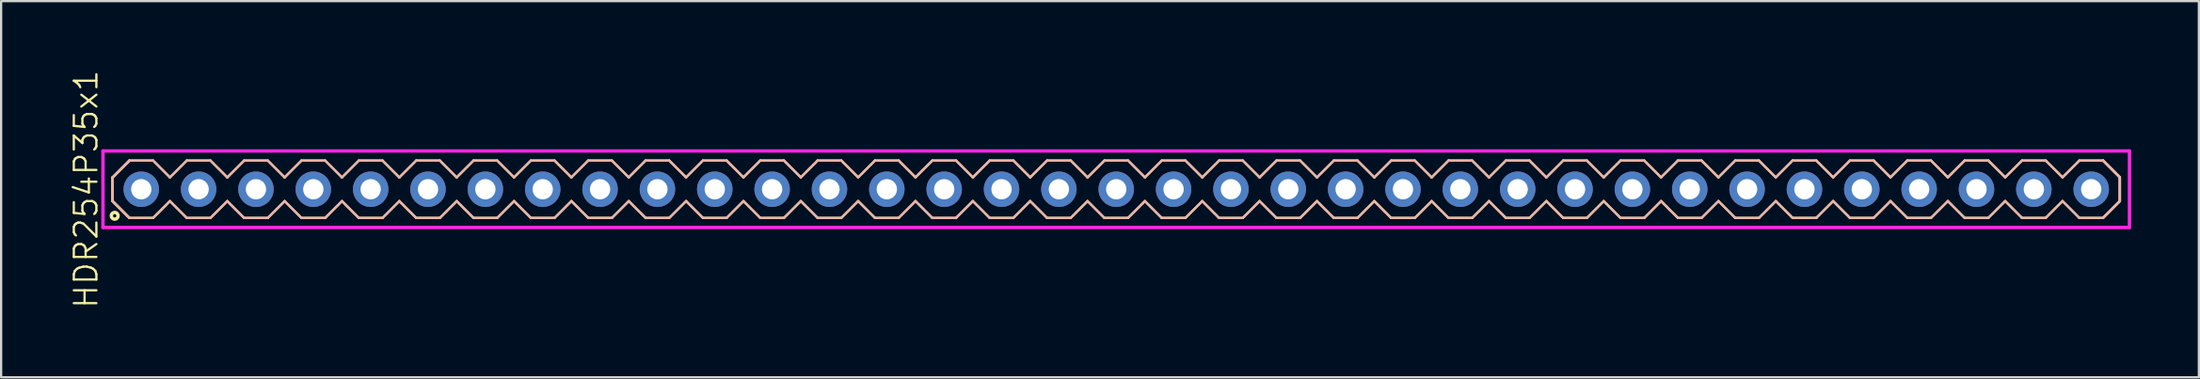
<source format=kicad_pcb>
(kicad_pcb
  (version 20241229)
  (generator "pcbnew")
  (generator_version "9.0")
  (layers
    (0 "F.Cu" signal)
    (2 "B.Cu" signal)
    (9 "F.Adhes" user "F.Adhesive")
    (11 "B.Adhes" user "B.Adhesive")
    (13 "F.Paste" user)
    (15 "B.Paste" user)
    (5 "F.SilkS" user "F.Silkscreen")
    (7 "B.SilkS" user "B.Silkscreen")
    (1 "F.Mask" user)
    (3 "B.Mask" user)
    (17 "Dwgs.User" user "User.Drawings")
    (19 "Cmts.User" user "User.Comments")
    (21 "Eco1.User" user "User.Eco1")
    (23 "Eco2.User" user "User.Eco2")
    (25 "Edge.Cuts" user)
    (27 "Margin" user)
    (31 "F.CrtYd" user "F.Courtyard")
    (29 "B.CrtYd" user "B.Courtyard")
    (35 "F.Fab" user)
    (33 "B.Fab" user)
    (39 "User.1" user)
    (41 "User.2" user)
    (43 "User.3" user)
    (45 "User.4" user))
  (footprint "HDR254P35x1"
    (layer "F.Cu")
    (at 46.386 5.336)
    (property "Reference" "HDR254P35x1" (at -45.625 0 90) (layer "F.SilkS") (effects (font (size 1 1) (thickness 0.1))))
    (attr through_hole)
    (fp_line (start -44.45 -0.526) (end -43.706 -1.27) (stroke (width 0.1) (type solid)) (layer "F.SilkS"))
    (fp_line (start -44.45 -0.526) (end -43.706 -1.27) (stroke (width 0.1) (type solid)) (layer "F.SilkS"))
    (fp_line (start -44.45 0.526) (end -44.45 -0.526) (stroke (width 0.1) (type solid)) (layer "F.SilkS"))
    (fp_line (start -44.45 0.526) (end -44.45 -0.526) (stroke (width 0.1) (type solid)) (layer "F.SilkS"))
    (fp_line (start -43.706 -1.27) (end -42.654 -1.27) (stroke (width 0.1) (type solid)) (layer "F.SilkS"))
    (fp_line (start -43.706 1.27) (end -44.45 0.526) (stroke (width 0.1) (type solid)) (layer "F.SilkS"))
    (fp_line (start -43.706 1.27) (end -44.45 0.526) (stroke (width 0.1) (type solid)) (layer "F.SilkS"))
    (fp_line (start -42.654 -1.27) (end -41.91 -0.526) (stroke (width 0.1) (type solid)) (layer "F.SilkS"))
    (fp_line (start -42.654 1.27) (end -43.706 1.27) (stroke (width 0.1) (type solid)) (layer "F.SilkS"))
    (fp_line (start -41.91 -0.526) (end -41.166 -1.27) (stroke (width 0.1) (type solid)) (layer "F.SilkS"))
    (fp_line (start -41.91 0.526) (end -42.654 1.27) (stroke (width 0.1) (type solid)) (layer "F.SilkS"))
    (fp_line (start -41.166 -1.27) (end -40.114 -1.27) (stroke (width 0.1) (type solid)) (layer "F.SilkS"))
    (fp_line (start -41.166 1.27) (end -41.91 0.526) (stroke (width 0.1) (type solid)) (layer "F.SilkS"))
    (fp_line (start -40.114 -1.27) (end -39.37 -0.526) (stroke (width 0.1) (type solid)) (layer "F.SilkS"))
    (fp_line (start -40.114 1.27) (end -41.166 1.27) (stroke (width 0.1) (type solid)) (layer "F.SilkS"))
    (fp_line (start -39.37 -0.526) (end -38.626 -1.27) (stroke (width 0.1) (type solid)) (layer "F.SilkS"))
    (fp_line (start -39.37 0.526) (end -40.114 1.27) (stroke (width 0.1) (type solid)) (layer "F.SilkS"))
    (fp_line (start -38.626 -1.27) (end -37.574 -1.27) (stroke (width 0.1) (type solid)) (layer "F.SilkS"))
    (fp_line (start -38.626 1.27) (end -39.37 0.526) (stroke (width 0.1) (type solid)) (layer "F.SilkS"))
    (fp_line (start -37.574 -1.27) (end -36.83 -0.526) (stroke (width 0.1) (type solid)) (layer "F.SilkS"))
    (fp_line (start -37.574 1.27) (end -38.626 1.27) (stroke (width 0.1) (type solid)) (layer "F.SilkS"))
    (fp_line (start -36.83 -0.526) (end -36.086 -1.27) (stroke (width 0.1) (type solid)) (layer "F.SilkS"))
    (fp_line (start -36.83 0.526) (end -37.574 1.27) (stroke (width 0.1) (type solid)) (layer "F.SilkS"))
    (fp_line (start -36.086 -1.27) (end -35.034 -1.27) (stroke (width 0.1) (type solid)) (layer "F.SilkS"))
    (fp_line (start -36.086 1.27) (end -36.83 0.526) (stroke (width 0.1) (type solid)) (layer "F.SilkS"))
    (fp_line (start -35.034 -1.27) (end -34.29 -0.526) (stroke (width 0.1) (type solid)) (layer "F.SilkS"))
    (fp_line (start -35.034 1.27) (end -36.086 1.27) (stroke (width 0.1) (type solid)) (layer "F.SilkS"))
    (fp_line (start -34.29 -0.526) (end -33.546 -1.27) (stroke (width 0.1) (type solid)) (layer "F.SilkS"))
    (fp_line (start -34.29 0.526) (end -35.034 1.27) (stroke (width 0.1) (type solid)) (layer "F.SilkS"))
    (fp_line (start -33.546 -1.27) (end -32.494 -1.27) (stroke (width 0.1) (type solid)) (layer "F.SilkS"))
    (fp_line (start -33.546 1.27) (end -34.29 0.526) (stroke (width 0.1) (type solid)) (layer "F.SilkS"))
    (fp_line (start -32.494 -1.27) (end -31.75 -0.526) (stroke (width 0.1) (type solid)) (layer "F.SilkS"))
    (fp_line (start -32.494 1.27) (end -33.546 1.27) (stroke (width 0.1) (type solid)) (layer "F.SilkS"))
    (fp_line (start -31.75 -0.526) (end -31.006 -1.27) (stroke (width 0.1) (type solid)) (layer "F.SilkS"))
    (fp_line (start -31.75 0.526) (end -32.494 1.27) (stroke (width 0.1) (type solid)) (layer "F.SilkS"))
    (fp_line (start -31.006 -1.27) (end -29.954 -1.27) (stroke (width 0.1) (type solid)) (layer "F.SilkS"))
    (fp_line (start -31.006 1.27) (end -31.75 0.526) (stroke (width 0.1) (type solid)) (layer "F.SilkS"))
    (fp_line (start -29.954 -1.27) (end -29.21 -0.526) (stroke (width 0.1) (type solid)) (layer "F.SilkS"))
    (fp_line (start -29.954 1.27) (end -31.006 1.27) (stroke (width 0.1) (type solid)) (layer "F.SilkS"))
    (fp_line (start -29.21 -0.526) (end -28.466 -1.27) (stroke (width 0.1) (type solid)) (layer "F.SilkS"))
    (fp_line (start -29.21 0.526) (end -29.954 1.27) (stroke (width 0.1) (type solid)) (layer "F.SilkS"))
    (fp_line (start -28.466 -1.27) (end -27.414 -1.27) (stroke (width 0.1) (type solid)) (layer "F.SilkS"))
    (fp_line (start -28.466 1.27) (end -29.21 0.526) (stroke (width 0.1) (type solid)) (layer "F.SilkS"))
    (fp_line (start -27.414 -1.27) (end -26.67 -0.526) (stroke (width 0.1) (type solid)) (layer "F.SilkS"))
    (fp_line (start -27.414 1.27) (end -28.466 1.27) (stroke (width 0.1) (type solid)) (layer "F.SilkS"))
    (fp_line (start -26.67 -0.526) (end -25.926 -1.27) (stroke (width 0.1) (type solid)) (layer "F.SilkS"))
    (fp_line (start -26.67 0.526) (end -27.414 1.27) (stroke (width 0.1) (type solid)) (layer "F.SilkS"))
    (fp_line (start -25.926 -1.27) (end -24.874 -1.27) (stroke (width 0.1) (type solid)) (layer "F.SilkS"))
    (fp_line (start -25.926 1.27) (end -26.67 0.526) (stroke (width 0.1) (type solid)) (layer "F.SilkS"))
    (fp_line (start -24.874 -1.27) (end -24.13 -0.526) (stroke (width 0.1) (type solid)) (layer "F.SilkS"))
    (fp_line (start -24.874 1.27) (end -25.926 1.27) (stroke (width 0.1) (type solid)) (layer "F.SilkS"))
    (fp_line (start -24.13 -0.526) (end -23.386 -1.27) (stroke (width 0.1) (type solid)) (layer "F.SilkS"))
    (fp_line (start -24.13 0.526) (end -24.874 1.27) (stroke (width 0.1) (type solid)) (layer "F.SilkS"))
    (fp_line (start -23.386 -1.27) (end -22.334 -1.27) (stroke (width 0.1) (type solid)) (layer "F.SilkS"))
    (fp_line (start -23.386 1.27) (end -24.13 0.526) (stroke (width 0.1) (type solid)) (layer "F.SilkS"))
    (fp_line (start -22.334 -1.27) (end -21.59 -0.526) (stroke (width 0.1) (type solid)) (layer "F.SilkS"))
    (fp_line (start -22.334 1.27) (end -23.386 1.27) (stroke (width 0.1) (type solid)) (layer "F.SilkS"))
    (fp_line (start -21.59 -0.526) (end -20.846 -1.27) (stroke (width 0.1) (type solid)) (layer "F.SilkS"))
    (fp_line (start -21.59 0.526) (end -22.334 1.27) (stroke (width 0.1) (type solid)) (layer "F.SilkS"))
    (fp_line (start -20.846 -1.27) (end -19.794 -1.27) (stroke (width 0.1) (type solid)) (layer "F.SilkS"))
    (fp_line (start -20.846 1.27) (end -21.59 0.526) (stroke (width 0.1) (type solid)) (layer "F.SilkS"))
    (fp_line (start -19.794 -1.27) (end -19.05 -0.526) (stroke (width 0.1) (type solid)) (layer "F.SilkS"))
    (fp_line (start -19.794 1.27) (end -20.846 1.27) (stroke (width 0.1) (type solid)) (layer "F.SilkS"))
    (fp_line (start -19.05 -0.526) (end -18.306 -1.27) (stroke (width 0.1) (type solid)) (layer "F.SilkS"))
    (fp_line (start -19.05 0.526) (end -19.794 1.27) (stroke (width 0.1) (type solid)) (layer "F.SilkS"))
    (fp_line (start -18.306 -1.27) (end -17.254 -1.27) (stroke (width 0.1) (type solid)) (layer "F.SilkS"))
    (fp_line (start -18.306 1.27) (end -19.05 0.526) (stroke (width 0.1) (type solid)) (layer "F.SilkS"))
    (fp_line (start -17.254 -1.27) (end -16.51 -0.526) (stroke (width 0.1) (type solid)) (layer "F.SilkS"))
    (fp_line (start -17.254 1.27) (end -18.306 1.27) (stroke (width 0.1) (type solid)) (layer "F.SilkS"))
    (fp_line (start -16.51 -0.526) (end -15.766 -1.27) (stroke (width 0.1) (type solid)) (layer "F.SilkS"))
    (fp_line (start -16.51 0.526) (end -17.254 1.27) (stroke (width 0.1) (type solid)) (layer "F.SilkS"))
    (fp_line (start -15.766 -1.27) (end -14.714 -1.27) (stroke (width 0.1) (type solid)) (layer "F.SilkS"))
    (fp_line (start -15.766 1.27) (end -16.51 0.526) (stroke (width 0.1) (type solid)) (layer "F.SilkS"))
    (fp_line (start -14.714 -1.27) (end -13.97 -0.526) (stroke (width 0.1) (type solid)) (layer "F.SilkS"))
    (fp_line (start -14.714 1.27) (end -15.766 1.27) (stroke (width 0.1) (type solid)) (layer "F.SilkS"))
    (fp_line (start -13.97 -0.526) (end -13.226 -1.27) (stroke (width 0.1) (type solid)) (layer "F.SilkS"))
    (fp_line (start -13.97 0.526) (end -14.714 1.27) (stroke (width 0.1) (type solid)) (layer "F.SilkS"))
    (fp_line (start -13.226 -1.27) (end -12.174 -1.27) (stroke (width 0.1) (type solid)) (layer "F.SilkS"))
    (fp_line (start -13.226 1.27) (end -13.97 0.526) (stroke (width 0.1) (type solid)) (layer "F.SilkS"))
    (fp_line (start -12.174 -1.27) (end -11.43 -0.526) (stroke (width 0.1) (type solid)) (layer "F.SilkS"))
    (fp_line (start -12.174 1.27) (end -13.226 1.27) (stroke (width 0.1) (type solid)) (layer "F.SilkS"))
    (fp_line (start -11.43 -0.526) (end -10.686 -1.27) (stroke (width 0.1) (type solid)) (layer "F.SilkS"))
    (fp_line (start -11.43 0.526) (end -12.174 1.27) (stroke (width 0.1) (type solid)) (layer "F.SilkS"))
    (fp_line (start -10.686 -1.27) (end -9.634 -1.27) (stroke (width 0.1) (type solid)) (layer "F.SilkS"))
    (fp_line (start -10.686 1.27) (end -11.43 0.526) (stroke (width 0.1) (type solid)) (layer "F.SilkS"))
    (fp_line (start -9.634 -1.27) (end -8.89 -0.526) (stroke (width 0.1) (type solid)) (layer "F.SilkS"))
    (fp_line (start -9.634 1.27) (end -10.686 1.27) (stroke (width 0.1) (type solid)) (layer "F.SilkS"))
    (fp_line (start -8.89 -0.526) (end -8.146 -1.27) (stroke (width 0.1) (type solid)) (layer "F.SilkS"))
    (fp_line (start -8.89 0.526) (end -9.634 1.27) (stroke (width 0.1) (type solid)) (layer "F.SilkS"))
    (fp_line (start -8.146 -1.27) (end -7.094 -1.27) (stroke (width 0.1) (type solid)) (layer "F.SilkS"))
    (fp_line (start -8.146 1.27) (end -8.89 0.526) (stroke (width 0.1) (type solid)) (layer "F.SilkS"))
    (fp_line (start -7.094 -1.27) (end -6.35 -0.526) (stroke (width 0.1) (type solid)) (layer "F.SilkS"))
    (fp_line (start -7.094 1.27) (end -8.146 1.27) (stroke (width 0.1) (type solid)) (layer "F.SilkS"))
    (fp_line (start -6.35 -0.526) (end -5.606 -1.27) (stroke (width 0.1) (type solid)) (layer "F.SilkS"))
    (fp_line (start -6.35 0.526) (end -7.094 1.27) (stroke (width 0.1) (type solid)) (layer "F.SilkS"))
    (fp_line (start -5.606 -1.27) (end -4.554 -1.27) (stroke (width 0.1) (type solid)) (layer "F.SilkS"))
    (fp_line (start -5.606 1.27) (end -6.35 0.526) (stroke (width 0.1) (type solid)) (layer "F.SilkS"))
    (fp_line (start -4.554 -1.27) (end -3.81 -0.526) (stroke (width 0.1) (type solid)) (layer "F.SilkS"))
    (fp_line (start -4.554 1.27) (end -5.606 1.27) (stroke (width 0.1) (type solid)) (layer "F.SilkS"))
    (fp_line (start -3.81 -0.526) (end -3.066 -1.27) (stroke (width 0.1) (type solid)) (layer "F.SilkS"))
    (fp_line (start -3.81 0.526) (end -4.554 1.27) (stroke (width 0.1) (type solid)) (layer "F.SilkS"))
    (fp_line (start -3.066 -1.27) (end -2.014 -1.27) (stroke (width 0.1) (type solid)) (layer "F.SilkS"))
    (fp_line (start -3.066 1.27) (end -3.81 0.526) (stroke (width 0.1) (type solid)) (layer "F.SilkS"))
    (fp_line (start -2.014 -1.27) (end -1.27 -0.526) (stroke (width 0.1) (type solid)) (layer "F.SilkS"))
    (fp_line (start -2.014 1.27) (end -3.066 1.27) (stroke (width 0.1) (type solid)) (layer "F.SilkS"))
    (fp_line (start -1.27 -0.526) (end -0.526 -1.27) (stroke (width 0.1) (type solid)) (layer "F.SilkS"))
    (fp_line (start -1.27 0.526) (end -2.014 1.27) (stroke (width 0.1) (type solid)) (layer "F.SilkS"))
    (fp_line (start -0.526 -1.27) (end 0.526 -1.27) (stroke (width 0.1) (type solid)) (layer "F.SilkS"))
    (fp_line (start -0.526 1.27) (end -1.27 0.526) (stroke (width 0.1) (type solid)) (layer "F.SilkS"))
    (fp_line (start 0.526 -1.27) (end 1.27 -0.526) (stroke (width 0.1) (type solid)) (layer "F.SilkS"))
    (fp_line (start 0.526 1.27) (end -0.526 1.27) (stroke (width 0.1) (type solid)) (layer "F.SilkS"))
    (fp_line (start 1.27 -0.526) (end 2.014 -1.27) (stroke (width 0.1) (type solid)) (layer "F.SilkS"))
    (fp_line (start 1.27 0.526) (end 0.526 1.27) (stroke (width 0.1) (type solid)) (layer "F.SilkS"))
    (fp_line (start 2.014 -1.27) (end 3.066 -1.27) (stroke (width 0.1) (type solid)) (layer "F.SilkS"))
    (fp_line (start 2.014 1.27) (end 1.27 0.526) (stroke (width 0.1) (type solid)) (layer "F.SilkS"))
    (fp_line (start 3.066 -1.27) (end 3.81 -0.526) (stroke (width 0.1) (type solid)) (layer "F.SilkS"))
    (fp_line (start 3.066 1.27) (end 2.014 1.27) (stroke (width 0.1) (type solid)) (layer "F.SilkS"))
    (fp_line (start 3.81 -0.526) (end 4.554 -1.27) (stroke (width 0.1) (type solid)) (layer "F.SilkS"))
    (fp_line (start 3.81 0.526) (end 3.066 1.27) (stroke (width 0.1) (type solid)) (layer "F.SilkS"))
    (fp_line (start 4.554 -1.27) (end 5.606 -1.27) (stroke (width 0.1) (type solid)) (layer "F.SilkS"))
    (fp_line (start 4.554 1.27) (end 3.81 0.526) (stroke (width 0.1) (type solid)) (layer "F.SilkS"))
    (fp_line (start 5.606 -1.27) (end 6.35 -0.526) (stroke (width 0.1) (type solid)) (layer "F.SilkS"))
    (fp_line (start 5.606 1.27) (end 4.554 1.27) (stroke (width 0.1) (type solid)) (layer "F.SilkS"))
    (fp_line (start 6.35 -0.526) (end 7.094 -1.27) (stroke (width 0.1) (type solid)) (layer "F.SilkS"))
    (fp_line (start 6.35 0.526) (end 5.606 1.27) (stroke (width 0.1) (type solid)) (layer "F.SilkS"))
    (fp_line (start 7.094 -1.27) (end 8.146 -1.27) (stroke (width 0.1) (type solid)) (layer "F.SilkS"))
    (fp_line (start 7.094 1.27) (end 6.35 0.526) (stroke (width 0.1) (type solid)) (layer "F.SilkS"))
    (fp_line (start 8.146 -1.27) (end 8.89 -0.526) (stroke (width 0.1) (type solid)) (layer "F.SilkS"))
    (fp_line (start 8.146 1.27) (end 7.094 1.27) (stroke (width 0.1) (type solid)) (layer "F.SilkS"))
    (fp_line (start 8.89 -0.526) (end 9.634 -1.27) (stroke (width 0.1) (type solid)) (layer "F.SilkS"))
    (fp_line (start 8.89 0.526) (end 8.146 1.27) (stroke (width 0.1) (type solid)) (layer "F.SilkS"))
    (fp_line (start 9.634 -1.27) (end 10.686 -1.27) (stroke (width 0.1) (type solid)) (layer "F.SilkS"))
    (fp_line (start 9.634 1.27) (end 8.89 0.526) (stroke (width 0.1) (type solid)) (layer "F.SilkS"))
    (fp_line (start 10.686 -1.27) (end 11.43 -0.526) (stroke (width 0.1) (type solid)) (layer "F.SilkS"))
    (fp_line (start 10.686 1.27) (end 9.634 1.27) (stroke (width 0.1) (type solid)) (layer "F.SilkS"))
    (fp_line (start 11.43 -0.526) (end 12.174 -1.27) (stroke (width 0.1) (type solid)) (layer "F.SilkS"))
    (fp_line (start 11.43 0.526) (end 10.686 1.27) (stroke (width 0.1) (type solid)) (layer "F.SilkS"))
    (fp_line (start 12.174 -1.27) (end 13.226 -1.27) (stroke (width 0.1) (type solid)) (layer "F.SilkS"))
    (fp_line (start 12.174 1.27) (end 11.43 0.526) (stroke (width 0.1) (type solid)) (layer "F.SilkS"))
    (fp_line (start 13.226 -1.27) (end 13.97 -0.526) (stroke (width 0.1) (type solid)) (layer "F.SilkS"))
    (fp_line (start 13.226 1.27) (end 12.174 1.27) (stroke (width 0.1) (type solid)) (layer "F.SilkS"))
    (fp_line (start 13.97 -0.526) (end 14.714 -1.27) (stroke (width 0.1) (type solid)) (layer "F.SilkS"))
    (fp_line (start 13.97 0.526) (end 13.226 1.27) (stroke (width 0.1) (type solid)) (layer "F.SilkS"))
    (fp_line (start 14.714 -1.27) (end 15.766 -1.27) (stroke (width 0.1) (type solid)) (layer "F.SilkS"))
    (fp_line (start 14.714 1.27) (end 13.97 0.526) (stroke (width 0.1) (type solid)) (layer "F.SilkS"))
    (fp_line (start 15.766 -1.27) (end 16.51 -0.526) (stroke (width 0.1) (type solid)) (layer "F.SilkS"))
    (fp_line (start 15.766 1.27) (end 14.714 1.27) (stroke (width 0.1) (type solid)) (layer "F.SilkS"))
    (fp_line (start 16.51 -0.526) (end 17.254 -1.27) (stroke (width 0.1) (type solid)) (layer "F.SilkS"))
    (fp_line (start 16.51 0.526) (end 15.766 1.27) (stroke (width 0.1) (type solid)) (layer "F.SilkS"))
    (fp_line (start 17.254 -1.27) (end 18.306 -1.27) (stroke (width 0.1) (type solid)) (layer "F.SilkS"))
    (fp_line (start 17.254 1.27) (end 16.51 0.526) (stroke (width 0.1) (type solid)) (layer "F.SilkS"))
    (fp_line (start 18.306 -1.27) (end 19.05 -0.526) (stroke (width 0.1) (type solid)) (layer "F.SilkS"))
    (fp_line (start 18.306 1.27) (end 17.254 1.27) (stroke (width 0.1) (type solid)) (layer "F.SilkS"))
    (fp_line (start 19.05 -0.526) (end 19.794 -1.27) (stroke (width 0.1) (type solid)) (layer "F.SilkS"))
    (fp_line (start 19.05 0.526) (end 18.306 1.27) (stroke (width 0.1) (type solid)) (layer "F.SilkS"))
    (fp_line (start 19.794 -1.27) (end 20.846 -1.27) (stroke (width 0.1) (type solid)) (layer "F.SilkS"))
    (fp_line (start 19.794 1.27) (end 19.05 0.526) (stroke (width 0.1) (type solid)) (layer "F.SilkS"))
    (fp_line (start 20.846 -1.27) (end 21.59 -0.526) (stroke (width 0.1) (type solid)) (layer "F.SilkS"))
    (fp_line (start 20.846 1.27) (end 19.794 1.27) (stroke (width 0.1) (type solid)) (layer "F.SilkS"))
    (fp_line (start 21.59 -0.526) (end 22.334 -1.27) (stroke (width 0.1) (type solid)) (layer "F.SilkS"))
    (fp_line (start 21.59 0.526) (end 20.846 1.27) (stroke (width 0.1) (type solid)) (layer "F.SilkS"))
    (fp_line (start 22.334 -1.27) (end 23.386 -1.27) (stroke (width 0.1) (type solid)) (layer "F.SilkS"))
    (fp_line (start 22.334 1.27) (end 21.59 0.526) (stroke (width 0.1) (type solid)) (layer "F.SilkS"))
    (fp_line (start 23.386 -1.27) (end 24.13 -0.526) (stroke (width 0.1) (type solid)) (layer "F.SilkS"))
    (fp_line (start 23.386 1.27) (end 22.334 1.27) (stroke (width 0.1) (type solid)) (layer "F.SilkS"))
    (fp_line (start 24.13 -0.526) (end 24.874 -1.27) (stroke (width 0.1) (type solid)) (layer "F.SilkS"))
    (fp_line (start 24.13 0.526) (end 23.386 1.27) (stroke (width 0.1) (type solid)) (layer "F.SilkS"))
    (fp_line (start 24.874 -1.27) (end 25.926 -1.27) (stroke (width 0.1) (type solid)) (layer "F.SilkS"))
    (fp_line (start 24.874 1.27) (end 24.13 0.526) (stroke (width 0.1) (type solid)) (layer "F.SilkS"))
    (fp_line (start 25.926 -1.27) (end 26.67 -0.526) (stroke (width 0.1) (type solid)) (layer "F.SilkS"))
    (fp_line (start 25.926 1.27) (end 24.874 1.27) (stroke (width 0.1) (type solid)) (layer "F.SilkS"))
    (fp_line (start 26.67 -0.526) (end 27.414 -1.27) (stroke (width 0.1) (type solid)) (layer "F.SilkS"))
    (fp_line (start 26.67 0.526) (end 25.926 1.27) (stroke (width 0.1) (type solid)) (layer "F.SilkS"))
    (fp_line (start 27.414 -1.27) (end 28.466 -1.27) (stroke (width 0.1) (type solid)) (layer "F.SilkS"))
    (fp_line (start 27.414 1.27) (end 26.67 0.526) (stroke (width 0.1) (type solid)) (layer "F.SilkS"))
    (fp_line (start 28.466 -1.27) (end 29.21 -0.526) (stroke (width 0.1) (type solid)) (layer "F.SilkS"))
    (fp_line (start 28.466 1.27) (end 27.414 1.27) (stroke (width 0.1) (type solid)) (layer "F.SilkS"))
    (fp_line (start 29.21 -0.526) (end 29.954 -1.27) (stroke (width 0.1) (type solid)) (layer "F.SilkS"))
    (fp_line (start 29.21 0.526) (end 28.466 1.27) (stroke (width 0.1) (type solid)) (layer "F.SilkS"))
    (fp_line (start 29.954 -1.27) (end 31.006 -1.27) (stroke (width 0.1) (type solid)) (layer "F.SilkS"))
    (fp_line (start 29.954 1.27) (end 29.21 0.526) (stroke (width 0.1) (type solid)) (layer "F.SilkS"))
    (fp_line (start 31.006 -1.27) (end 31.75 -0.526) (stroke (width 0.1) (type solid)) (layer "F.SilkS"))
    (fp_line (start 31.006 1.27) (end 29.954 1.27) (stroke (width 0.1) (type solid)) (layer "F.SilkS"))
    (fp_line (start 31.75 -0.526) (end 32.494 -1.27) (stroke (width 0.1) (type solid)) (layer "F.SilkS"))
    (fp_line (start 31.75 0.526) (end 31.006 1.27) (stroke (width 0.1) (type solid)) (layer "F.SilkS"))
    (fp_line (start 32.494 -1.27) (end 33.546 -1.27) (stroke (width 0.1) (type solid)) (layer "F.SilkS"))
    (fp_line (start 32.494 1.27) (end 31.75 0.526) (stroke (width 0.1) (type solid)) (layer "F.SilkS"))
    (fp_line (start 33.546 -1.27) (end 34.29 -0.526) (stroke (width 0.1) (type solid)) (layer "F.SilkS"))
    (fp_line (start 33.546 1.27) (end 32.494 1.27) (stroke (width 0.1) (type solid)) (layer "F.SilkS"))
    (fp_line (start 34.29 -0.526) (end 35.034 -1.27) (stroke (width 0.1) (type solid)) (layer "F.SilkS"))
    (fp_line (start 34.29 0.526) (end 33.546 1.27) (stroke (width 0.1) (type solid)) (layer "F.SilkS"))
    (fp_line (start 35.034 -1.27) (end 36.086 -1.27) (stroke (width 0.1) (type solid)) (layer "F.SilkS"))
    (fp_line (start 35.034 1.27) (end 34.29 0.526) (stroke (width 0.1) (type solid)) (layer "F.SilkS"))
    (fp_line (start 36.086 -1.27) (end 36.83 -0.526) (stroke (width 0.1) (type solid)) (layer "F.SilkS"))
    (fp_line (start 36.086 1.27) (end 35.034 1.27) (stroke (width 0.1) (type solid)) (layer "F.SilkS"))
    (fp_line (start 36.83 -0.526) (end 37.574 -1.27) (stroke (width 0.1) (type solid)) (layer "F.SilkS"))
    (fp_line (start 36.83 0.526) (end 36.086 1.27) (stroke (width 0.1) (type solid)) (layer "F.SilkS"))
    (fp_line (start 37.574 -1.27) (end 38.626 -1.27) (stroke (width 0.1) (type solid)) (layer "F.SilkS"))
    (fp_line (start 37.574 1.27) (end 36.83 0.526) (stroke (width 0.1) (type solid)) (layer "F.SilkS"))
    (fp_line (start 38.626 -1.27) (end 39.37 -0.526) (stroke (width 0.1) (type solid)) (layer "F.SilkS"))
    (fp_line (start 38.626 1.27) (end 37.574 1.27) (stroke (width 0.1) (type solid)) (layer "F.SilkS"))
    (fp_line (start 39.37 -0.526) (end 40.114 -1.27) (stroke (width 0.1) (type solid)) (layer "F.SilkS"))
    (fp_line (start 39.37 0.526) (end 38.626 1.27) (stroke (width 0.1) (type solid)) (layer "F.SilkS"))
    (fp_line (start 40.114 -1.27) (end 41.166 -1.27) (stroke (width 0.1) (type solid)) (layer "F.SilkS"))
    (fp_line (start 40.114 1.27) (end 39.37 0.526) (stroke (width 0.1) (type solid)) (layer "F.SilkS"))
    (fp_line (start 41.166 -1.27) (end 41.91 -0.526) (stroke (width 0.1) (type solid)) (layer "F.SilkS"))
    (fp_line (start 41.166 1.27) (end 40.114 1.27) (stroke (width 0.1) (type solid)) (layer "F.SilkS"))
    (fp_line (start 41.91 -0.526) (end 42.654 -1.27) (stroke (width 0.1) (type solid)) (layer "F.SilkS"))
    (fp_line (start 41.91 0.526) (end 41.166 1.27) (stroke (width 0.1) (type solid)) (layer "F.SilkS"))
    (fp_line (start 42.654 -1.27) (end 43.706 -1.27) (stroke (width 0.1) (type solid)) (layer "F.SilkS"))
    (fp_line (start 42.654 1.27) (end 41.91 0.526) (stroke (width 0.1) (type solid)) (layer "F.SilkS"))
    (fp_line (start 43.706 -1.27) (end 44.45 -0.526) (stroke (width 0.1) (type solid)) (layer "F.SilkS"))
    (fp_line (start 43.706 -1.27) (end 44.45 -0.526) (stroke (width 0.1) (type solid)) (layer "F.SilkS"))
    (fp_line (start 43.706 1.27) (end 42.654 1.27) (stroke (width 0.1) (type solid)) (layer "F.SilkS"))
    (fp_line (start 44.45 -0.526) (end 44.45 0.526) (stroke (width 0.1) (type solid)) (layer "F.SilkS"))
    (fp_line (start 44.45 -0.526) (end 44.45 0.526) (stroke (width 0.1) (type solid)) (layer "F.SilkS"))
    (fp_line (start 44.45 0.526) (end 43.706 1.27) (stroke (width 0.1) (type solid)) (layer "F.SilkS"))
    (fp_line (start 44.45 0.526) (end 43.706 1.27) (stroke (width 0.1) (type solid)) (layer "F.SilkS"))
    (fp_circle (center -44.357 1.177) (end -44.207 1.177) (stroke (width 0.15) (type solid)) (fill no) (layer "F.SilkS"))
    (fp_line (start -44.45 -0.526) (end -43.706 -1.27) (stroke (width 0.1) (type solid)) (layer "B.SilkS"))
    (fp_line (start -44.45 -0.526) (end -43.706 -1.27) (stroke (width 0.1) (type solid)) (layer "B.SilkS"))
    (fp_line (start -44.45 0.526) (end -44.45 -0.526) (stroke (width 0.1) (type solid)) (layer "B.SilkS"))
    (fp_line (start -44.45 0.526) (end -44.45 -0.526) (stroke (width 0.1) (type solid)) (layer "B.SilkS"))
    (fp_line (start -43.706 -1.27) (end -42.654 -1.27) (stroke (width 0.1) (type solid)) (layer "B.SilkS"))
    (fp_line (start -43.706 1.27) (end -44.45 0.526) (stroke (width 0.1) (type solid)) (layer "B.SilkS"))
    (fp_line (start -43.706 1.27) (end -44.45 0.526) (stroke (width 0.1) (type solid)) (layer "B.SilkS"))
    (fp_line (start -42.654 -1.27) (end -41.91 -0.526) (stroke (width 0.1) (type solid)) (layer "B.SilkS"))
    (fp_line (start -42.654 1.27) (end -43.706 1.27) (stroke (width 0.1) (type solid)) (layer "B.SilkS"))
    (fp_line (start -41.91 -0.526) (end -41.166 -1.27) (stroke (width 0.1) (type solid)) (layer "B.SilkS"))
    (fp_line (start -41.91 0.526) (end -42.654 1.27) (stroke (width 0.1) (type solid)) (layer "B.SilkS"))
    (fp_line (start -41.166 -1.27) (end -40.114 -1.27) (stroke (width 0.1) (type solid)) (layer "B.SilkS"))
    (fp_line (start -41.166 1.27) (end -41.91 0.526) (stroke (width 0.1) (type solid)) (layer "B.SilkS"))
    (fp_line (start -40.114 -1.27) (end -39.37 -0.526) (stroke (width 0.1) (type solid)) (layer "B.SilkS"))
    (fp_line (start -40.114 1.27) (end -41.166 1.27) (stroke (width 0.1) (type solid)) (layer "B.SilkS"))
    (fp_line (start -39.37 -0.526) (end -38.626 -1.27) (stroke (width 0.1) (type solid)) (layer "B.SilkS"))
    (fp_line (start -39.37 0.526) (end -40.114 1.27) (stroke (width 0.1) (type solid)) (layer "B.SilkS"))
    (fp_line (start -38.626 -1.27) (end -37.574 -1.27) (stroke (width 0.1) (type solid)) (layer "B.SilkS"))
    (fp_line (start -38.626 1.27) (end -39.37 0.526) (stroke (width 0.1) (type solid)) (layer "B.SilkS"))
    (fp_line (start -37.574 -1.27) (end -36.83 -0.526) (stroke (width 0.1) (type solid)) (layer "B.SilkS"))
    (fp_line (start -37.574 1.27) (end -38.626 1.27) (stroke (width 0.1) (type solid)) (layer "B.SilkS"))
    (fp_line (start -36.83 -0.526) (end -36.086 -1.27) (stroke (width 0.1) (type solid)) (layer "B.SilkS"))
    (fp_line (start -36.83 0.526) (end -37.574 1.27) (stroke (width 0.1) (type solid)) (layer "B.SilkS"))
    (fp_line (start -36.086 -1.27) (end -35.034 -1.27) (stroke (width 0.1) (type solid)) (layer "B.SilkS"))
    (fp_line (start -36.086 1.27) (end -36.83 0.526) (stroke (width 0.1) (type solid)) (layer "B.SilkS"))
    (fp_line (start -35.034 -1.27) (end -34.29 -0.526) (stroke (width 0.1) (type solid)) (layer "B.SilkS"))
    (fp_line (start -35.034 1.27) (end -36.086 1.27) (stroke (width 0.1) (type solid)) (layer "B.SilkS"))
    (fp_line (start -34.29 -0.526) (end -33.546 -1.27) (stroke (width 0.1) (type solid)) (layer "B.SilkS"))
    (fp_line (start -34.29 0.526) (end -35.034 1.27) (stroke (width 0.1) (type solid)) (layer "B.SilkS"))
    (fp_line (start -33.546 -1.27) (end -32.494 -1.27) (stroke (width 0.1) (type solid)) (layer "B.SilkS"))
    (fp_line (start -33.546 1.27) (end -34.29 0.526) (stroke (width 0.1) (type solid)) (layer "B.SilkS"))
    (fp_line (start -32.494 -1.27) (end -31.75 -0.526) (stroke (width 0.1) (type solid)) (layer "B.SilkS"))
    (fp_line (start -32.494 1.27) (end -33.546 1.27) (stroke (width 0.1) (type solid)) (layer "B.SilkS"))
    (fp_line (start -31.75 -0.526) (end -31.006 -1.27) (stroke (width 0.1) (type solid)) (layer "B.SilkS"))
    (fp_line (start -31.75 0.526) (end -32.494 1.27) (stroke (width 0.1) (type solid)) (layer "B.SilkS"))
    (fp_line (start -31.006 -1.27) (end -29.954 -1.27) (stroke (width 0.1) (type solid)) (layer "B.SilkS"))
    (fp_line (start -31.006 1.27) (end -31.75 0.526) (stroke (width 0.1) (type solid)) (layer "B.SilkS"))
    (fp_line (start -29.954 -1.27) (end -29.21 -0.526) (stroke (width 0.1) (type solid)) (layer "B.SilkS"))
    (fp_line (start -29.954 1.27) (end -31.006 1.27) (stroke (width 0.1) (type solid)) (layer "B.SilkS"))
    (fp_line (start -29.21 -0.526) (end -28.466 -1.27) (stroke (width 0.1) (type solid)) (layer "B.SilkS"))
    (fp_line (start -29.21 0.526) (end -29.954 1.27) (stroke (width 0.1) (type solid)) (layer "B.SilkS"))
    (fp_line (start -28.466 -1.27) (end -27.414 -1.27) (stroke (width 0.1) (type solid)) (layer "B.SilkS"))
    (fp_line (start -28.466 1.27) (end -29.21 0.526) (stroke (width 0.1) (type solid)) (layer "B.SilkS"))
    (fp_line (start -27.414 -1.27) (end -26.67 -0.526) (stroke (width 0.1) (type solid)) (layer "B.SilkS"))
    (fp_line (start -27.414 1.27) (end -28.466 1.27) (stroke (width 0.1) (type solid)) (layer "B.SilkS"))
    (fp_line (start -26.67 -0.526) (end -25.926 -1.27) (stroke (width 0.1) (type solid)) (layer "B.SilkS"))
    (fp_line (start -26.67 0.526) (end -27.414 1.27) (stroke (width 0.1) (type solid)) (layer "B.SilkS"))
    (fp_line (start -25.926 -1.27) (end -24.874 -1.27) (stroke (width 0.1) (type solid)) (layer "B.SilkS"))
    (fp_line (start -25.926 1.27) (end -26.67 0.526) (stroke (width 0.1) (type solid)) (layer "B.SilkS"))
    (fp_line (start -24.874 -1.27) (end -24.13 -0.526) (stroke (width 0.1) (type solid)) (layer "B.SilkS"))
    (fp_line (start -24.874 1.27) (end -25.926 1.27) (stroke (width 0.1) (type solid)) (layer "B.SilkS"))
    (fp_line (start -24.13 -0.526) (end -23.386 -1.27) (stroke (width 0.1) (type solid)) (layer "B.SilkS"))
    (fp_line (start -24.13 0.526) (end -24.874 1.27) (stroke (width 0.1) (type solid)) (layer "B.SilkS"))
    (fp_line (start -23.386 -1.27) (end -22.334 -1.27) (stroke (width 0.1) (type solid)) (layer "B.SilkS"))
    (fp_line (start -23.386 1.27) (end -24.13 0.526) (stroke (width 0.1) (type solid)) (layer "B.SilkS"))
    (fp_line (start -22.334 -1.27) (end -21.59 -0.526) (stroke (width 0.1) (type solid)) (layer "B.SilkS"))
    (fp_line (start -22.334 1.27) (end -23.386 1.27) (stroke (width 0.1) (type solid)) (layer "B.SilkS"))
    (fp_line (start -21.59 -0.526) (end -20.846 -1.27) (stroke (width 0.1) (type solid)) (layer "B.SilkS"))
    (fp_line (start -21.59 0.526) (end -22.334 1.27) (stroke (width 0.1) (type solid)) (layer "B.SilkS"))
    (fp_line (start -20.846 -1.27) (end -19.794 -1.27) (stroke (width 0.1) (type solid)) (layer "B.SilkS"))
    (fp_line (start -20.846 1.27) (end -21.59 0.526) (stroke (width 0.1) (type solid)) (layer "B.SilkS"))
    (fp_line (start -19.794 -1.27) (end -19.05 -0.526) (stroke (width 0.1) (type solid)) (layer "B.SilkS"))
    (fp_line (start -19.794 1.27) (end -20.846 1.27) (stroke (width 0.1) (type solid)) (layer "B.SilkS"))
    (fp_line (start -19.05 -0.526) (end -18.306 -1.27) (stroke (width 0.1) (type solid)) (layer "B.SilkS"))
    (fp_line (start -19.05 0.526) (end -19.794 1.27) (stroke (width 0.1) (type solid)) (layer "B.SilkS"))
    (fp_line (start -18.306 -1.27) (end -17.254 -1.27) (stroke (width 0.1) (type solid)) (layer "B.SilkS"))
    (fp_line (start -18.306 1.27) (end -19.05 0.526) (stroke (width 0.1) (type solid)) (layer "B.SilkS"))
    (fp_line (start -17.254 -1.27) (end -16.51 -0.526) (stroke (width 0.1) (type solid)) (layer "B.SilkS"))
    (fp_line (start -17.254 1.27) (end -18.306 1.27) (stroke (width 0.1) (type solid)) (layer "B.SilkS"))
    (fp_line (start -16.51 -0.526) (end -15.766 -1.27) (stroke (width 0.1) (type solid)) (layer "B.SilkS"))
    (fp_line (start -16.51 0.526) (end -17.254 1.27) (stroke (width 0.1) (type solid)) (layer "B.SilkS"))
    (fp_line (start -15.766 -1.27) (end -14.714 -1.27) (stroke (width 0.1) (type solid)) (layer "B.SilkS"))
    (fp_line (start -15.766 1.27) (end -16.51 0.526) (stroke (width 0.1) (type solid)) (layer "B.SilkS"))
    (fp_line (start -14.714 -1.27) (end -13.97 -0.526) (stroke (width 0.1) (type solid)) (layer "B.SilkS"))
    (fp_line (start -14.714 1.27) (end -15.766 1.27) (stroke (width 0.1) (type solid)) (layer "B.SilkS"))
    (fp_line (start -13.97 -0.526) (end -13.226 -1.27) (stroke (width 0.1) (type solid)) (layer "B.SilkS"))
    (fp_line (start -13.97 0.526) (end -14.714 1.27) (stroke (width 0.1) (type solid)) (layer "B.SilkS"))
    (fp_line (start -13.226 -1.27) (end -12.174 -1.27) (stroke (width 0.1) (type solid)) (layer "B.SilkS"))
    (fp_line (start -13.226 1.27) (end -13.97 0.526) (stroke (width 0.1) (type solid)) (layer "B.SilkS"))
    (fp_line (start -12.174 -1.27) (end -11.43 -0.526) (stroke (width 0.1) (type solid)) (layer "B.SilkS"))
    (fp_line (start -12.174 1.27) (end -13.226 1.27) (stroke (width 0.1) (type solid)) (layer "B.SilkS"))
    (fp_line (start -11.43 -0.526) (end -10.686 -1.27) (stroke (width 0.1) (type solid)) (layer "B.SilkS"))
    (fp_line (start -11.43 0.526) (end -12.174 1.27) (stroke (width 0.1) (type solid)) (layer "B.SilkS"))
    (fp_line (start -10.686 -1.27) (end -9.634 -1.27) (stroke (width 0.1) (type solid)) (layer "B.SilkS"))
    (fp_line (start -10.686 1.27) (end -11.43 0.526) (stroke (width 0.1) (type solid)) (layer "B.SilkS"))
    (fp_line (start -9.634 -1.27) (end -8.89 -0.526) (stroke (width 0.1) (type solid)) (layer "B.SilkS"))
    (fp_line (start -9.634 1.27) (end -10.686 1.27) (stroke (width 0.1) (type solid)) (layer "B.SilkS"))
    (fp_line (start -8.89 -0.526) (end -8.146 -1.27) (stroke (width 0.1) (type solid)) (layer "B.SilkS"))
    (fp_line (start -8.89 0.526) (end -9.634 1.27) (stroke (width 0.1) (type solid)) (layer "B.SilkS"))
    (fp_line (start -8.146 -1.27) (end -7.094 -1.27) (stroke (width 0.1) (type solid)) (layer "B.SilkS"))
    (fp_line (start -8.146 1.27) (end -8.89 0.526) (stroke (width 0.1) (type solid)) (layer "B.SilkS"))
    (fp_line (start -7.094 -1.27) (end -6.35 -0.526) (stroke (width 0.1) (type solid)) (layer "B.SilkS"))
    (fp_line (start -7.094 1.27) (end -8.146 1.27) (stroke (width 0.1) (type solid)) (layer "B.SilkS"))
    (fp_line (start -6.35 -0.526) (end -5.606 -1.27) (stroke (width 0.1) (type solid)) (layer "B.SilkS"))
    (fp_line (start -6.35 0.526) (end -7.094 1.27) (stroke (width 0.1) (type solid)) (layer "B.SilkS"))
    (fp_line (start -5.606 -1.27) (end -4.554 -1.27) (stroke (width 0.1) (type solid)) (layer "B.SilkS"))
    (fp_line (start -5.606 1.27) (end -6.35 0.526) (stroke (width 0.1) (type solid)) (layer "B.SilkS"))
    (fp_line (start -4.554 -1.27) (end -3.81 -0.526) (stroke (width 0.1) (type solid)) (layer "B.SilkS"))
    (fp_line (start -4.554 1.27) (end -5.606 1.27) (stroke (width 0.1) (type solid)) (layer "B.SilkS"))
    (fp_line (start -3.81 -0.526) (end -3.066 -1.27) (stroke (width 0.1) (type solid)) (layer "B.SilkS"))
    (fp_line (start -3.81 0.526) (end -4.554 1.27) (stroke (width 0.1) (type solid)) (layer "B.SilkS"))
    (fp_line (start -3.066 -1.27) (end -2.014 -1.27) (stroke (width 0.1) (type solid)) (layer "B.SilkS"))
    (fp_line (start -3.066 1.27) (end -3.81 0.526) (stroke (width 0.1) (type solid)) (layer "B.SilkS"))
    (fp_line (start -2.014 -1.27) (end -1.27 -0.526) (stroke (width 0.1) (type solid)) (layer "B.SilkS"))
    (fp_line (start -2.014 1.27) (end -3.066 1.27) (stroke (width 0.1) (type solid)) (layer "B.SilkS"))
    (fp_line (start -1.27 -0.526) (end -0.526 -1.27) (stroke (width 0.1) (type solid)) (layer "B.SilkS"))
    (fp_line (start -1.27 0.526) (end -2.014 1.27) (stroke (width 0.1) (type solid)) (layer "B.SilkS"))
    (fp_line (start -0.526 -1.27) (end 0.526 -1.27) (stroke (width 0.1) (type solid)) (layer "B.SilkS"))
    (fp_line (start -0.526 1.27) (end -1.27 0.526) (stroke (width 0.1) (type solid)) (layer "B.SilkS"))
    (fp_line (start 0.526 -1.27) (end 1.27 -0.526) (stroke (width 0.1) (type solid)) (layer "B.SilkS"))
    (fp_line (start 0.526 1.27) (end -0.526 1.27) (stroke (width 0.1) (type solid)) (layer "B.SilkS"))
    (fp_line (start 1.27 -0.526) (end 2.014 -1.27) (stroke (width 0.1) (type solid)) (layer "B.SilkS"))
    (fp_line (start 1.27 0.526) (end 0.526 1.27) (stroke (width 0.1) (type solid)) (layer "B.SilkS"))
    (fp_line (start 2.014 -1.27) (end 3.066 -1.27) (stroke (width 0.1) (type solid)) (layer "B.SilkS"))
    (fp_line (start 2.014 1.27) (end 1.27 0.526) (stroke (width 0.1) (type solid)) (layer "B.SilkS"))
    (fp_line (start 3.066 -1.27) (end 3.81 -0.526) (stroke (width 0.1) (type solid)) (layer "B.SilkS"))
    (fp_line (start 3.066 1.27) (end 2.014 1.27) (stroke (width 0.1) (type solid)) (layer "B.SilkS"))
    (fp_line (start 3.81 -0.526) (end 4.554 -1.27) (stroke (width 0.1) (type solid)) (layer "B.SilkS"))
    (fp_line (start 3.81 0.526) (end 3.066 1.27) (stroke (width 0.1) (type solid)) (layer "B.SilkS"))
    (fp_line (start 4.554 -1.27) (end 5.606 -1.27) (stroke (width 0.1) (type solid)) (layer "B.SilkS"))
    (fp_line (start 4.554 1.27) (end 3.81 0.526) (stroke (width 0.1) (type solid)) (layer "B.SilkS"))
    (fp_line (start 5.606 -1.27) (end 6.35 -0.526) (stroke (width 0.1) (type solid)) (layer "B.SilkS"))
    (fp_line (start 5.606 1.27) (end 4.554 1.27) (stroke (width 0.1) (type solid)) (layer "B.SilkS"))
    (fp_line (start 6.35 -0.526) (end 7.094 -1.27) (stroke (width 0.1) (type solid)) (layer "B.SilkS"))
    (fp_line (start 6.35 0.526) (end 5.606 1.27) (stroke (width 0.1) (type solid)) (layer "B.SilkS"))
    (fp_line (start 7.094 -1.27) (end 8.146 -1.27) (stroke (width 0.1) (type solid)) (layer "B.SilkS"))
    (fp_line (start 7.094 1.27) (end 6.35 0.526) (stroke (width 0.1) (type solid)) (layer "B.SilkS"))
    (fp_line (start 8.146 -1.27) (end 8.89 -0.526) (stroke (width 0.1) (type solid)) (layer "B.SilkS"))
    (fp_line (start 8.146 1.27) (end 7.094 1.27) (stroke (width 0.1) (type solid)) (layer "B.SilkS"))
    (fp_line (start 8.89 -0.526) (end 9.634 -1.27) (stroke (width 0.1) (type solid)) (layer "B.SilkS"))
    (fp_line (start 8.89 0.526) (end 8.146 1.27) (stroke (width 0.1) (type solid)) (layer "B.SilkS"))
    (fp_line (start 9.634 -1.27) (end 10.686 -1.27) (stroke (width 0.1) (type solid)) (layer "B.SilkS"))
    (fp_line (start 9.634 1.27) (end 8.89 0.526) (stroke (width 0.1) (type solid)) (layer "B.SilkS"))
    (fp_line (start 10.686 -1.27) (end 11.43 -0.526) (stroke (width 0.1) (type solid)) (layer "B.SilkS"))
    (fp_line (start 10.686 1.27) (end 9.634 1.27) (stroke (width 0.1) (type solid)) (layer "B.SilkS"))
    (fp_line (start 11.43 -0.526) (end 12.174 -1.27) (stroke (width 0.1) (type solid)) (layer "B.SilkS"))
    (fp_line (start 11.43 0.526) (end 10.686 1.27) (stroke (width 0.1) (type solid)) (layer "B.SilkS"))
    (fp_line (start 12.174 -1.27) (end 13.226 -1.27) (stroke (width 0.1) (type solid)) (layer "B.SilkS"))
    (fp_line (start 12.174 1.27) (end 11.43 0.526) (stroke (width 0.1) (type solid)) (layer "B.SilkS"))
    (fp_line (start 13.226 -1.27) (end 13.97 -0.526) (stroke (width 0.1) (type solid)) (layer "B.SilkS"))
    (fp_line (start 13.226 1.27) (end 12.174 1.27) (stroke (width 0.1) (type solid)) (layer "B.SilkS"))
    (fp_line (start 13.97 -0.526) (end 14.714 -1.27) (stroke (width 0.1) (type solid)) (layer "B.SilkS"))
    (fp_line (start 13.97 0.526) (end 13.226 1.27) (stroke (width 0.1) (type solid)) (layer "B.SilkS"))
    (fp_line (start 14.714 -1.27) (end 15.766 -1.27) (stroke (width 0.1) (type solid)) (layer "B.SilkS"))
    (fp_line (start 14.714 1.27) (end 13.97 0.526) (stroke (width 0.1) (type solid)) (layer "B.SilkS"))
    (fp_line (start 15.766 -1.27) (end 16.51 -0.526) (stroke (width 0.1) (type solid)) (layer "B.SilkS"))
    (fp_line (start 15.766 1.27) (end 14.714 1.27) (stroke (width 0.1) (type solid)) (layer "B.SilkS"))
    (fp_line (start 16.51 -0.526) (end 17.254 -1.27) (stroke (width 0.1) (type solid)) (layer "B.SilkS"))
    (fp_line (start 16.51 0.526) (end 15.766 1.27) (stroke (width 0.1) (type solid)) (layer "B.SilkS"))
    (fp_line (start 17.254 -1.27) (end 18.306 -1.27) (stroke (width 0.1) (type solid)) (layer "B.SilkS"))
    (fp_line (start 17.254 1.27) (end 16.51 0.526) (stroke (width 0.1) (type solid)) (layer "B.SilkS"))
    (fp_line (start 18.306 -1.27) (end 19.05 -0.526) (stroke (width 0.1) (type solid)) (layer "B.SilkS"))
    (fp_line (start 18.306 1.27) (end 17.254 1.27) (stroke (width 0.1) (type solid)) (layer "B.SilkS"))
    (fp_line (start 19.05 -0.526) (end 19.794 -1.27) (stroke (width 0.1) (type solid)) (layer "B.SilkS"))
    (fp_line (start 19.05 0.526) (end 18.306 1.27) (stroke (width 0.1) (type solid)) (layer "B.SilkS"))
    (fp_line (start 19.794 -1.27) (end 20.846 -1.27) (stroke (width 0.1) (type solid)) (layer "B.SilkS"))
    (fp_line (start 19.794 1.27) (end 19.05 0.526) (stroke (width 0.1) (type solid)) (layer "B.SilkS"))
    (fp_line (start 20.846 -1.27) (end 21.59 -0.526) (stroke (width 0.1) (type solid)) (layer "B.SilkS"))
    (fp_line (start 20.846 1.27) (end 19.794 1.27) (stroke (width 0.1) (type solid)) (layer "B.SilkS"))
    (fp_line (start 21.59 -0.526) (end 22.334 -1.27) (stroke (width 0.1) (type solid)) (layer "B.SilkS"))
    (fp_line (start 21.59 0.526) (end 20.846 1.27) (stroke (width 0.1) (type solid)) (layer "B.SilkS"))
    (fp_line (start 22.334 -1.27) (end 23.386 -1.27) (stroke (width 0.1) (type solid)) (layer "B.SilkS"))
    (fp_line (start 22.334 1.27) (end 21.59 0.526) (stroke (width 0.1) (type solid)) (layer "B.SilkS"))
    (fp_line (start 23.386 -1.27) (end 24.13 -0.526) (stroke (width 0.1) (type solid)) (layer "B.SilkS"))
    (fp_line (start 23.386 1.27) (end 22.334 1.27) (stroke (width 0.1) (type solid)) (layer "B.SilkS"))
    (fp_line (start 24.13 -0.526) (end 24.874 -1.27) (stroke (width 0.1) (type solid)) (layer "B.SilkS"))
    (fp_line (start 24.13 0.526) (end 23.386 1.27) (stroke (width 0.1) (type solid)) (layer "B.SilkS"))
    (fp_line (start 24.874 -1.27) (end 25.926 -1.27) (stroke (width 0.1) (type solid)) (layer "B.SilkS"))
    (fp_line (start 24.874 1.27) (end 24.13 0.526) (stroke (width 0.1) (type solid)) (layer "B.SilkS"))
    (fp_line (start 25.926 -1.27) (end 26.67 -0.526) (stroke (width 0.1) (type solid)) (layer "B.SilkS"))
    (fp_line (start 25.926 1.27) (end 24.874 1.27) (stroke (width 0.1) (type solid)) (layer "B.SilkS"))
    (fp_line (start 26.67 -0.526) (end 27.414 -1.27) (stroke (width 0.1) (type solid)) (layer "B.SilkS"))
    (fp_line (start 26.67 0.526) (end 25.926 1.27) (stroke (width 0.1) (type solid)) (layer "B.SilkS"))
    (fp_line (start 27.414 -1.27) (end 28.466 -1.27) (stroke (width 0.1) (type solid)) (layer "B.SilkS"))
    (fp_line (start 27.414 1.27) (end 26.67 0.526) (stroke (width 0.1) (type solid)) (layer "B.SilkS"))
    (fp_line (start 28.466 -1.27) (end 29.21 -0.526) (stroke (width 0.1) (type solid)) (layer "B.SilkS"))
    (fp_line (start 28.466 1.27) (end 27.414 1.27) (stroke (width 0.1) (type solid)) (layer "B.SilkS"))
    (fp_line (start 29.21 -0.526) (end 29.954 -1.27) (stroke (width 0.1) (type solid)) (layer "B.SilkS"))
    (fp_line (start 29.21 0.526) (end 28.466 1.27) (stroke (width 0.1) (type solid)) (layer "B.SilkS"))
    (fp_line (start 29.954 -1.27) (end 31.006 -1.27) (stroke (width 0.1) (type solid)) (layer "B.SilkS"))
    (fp_line (start 29.954 1.27) (end 29.21 0.526) (stroke (width 0.1) (type solid)) (layer "B.SilkS"))
    (fp_line (start 31.006 -1.27) (end 31.75 -0.526) (stroke (width 0.1) (type solid)) (layer "B.SilkS"))
    (fp_line (start 31.006 1.27) (end 29.954 1.27) (stroke (width 0.1) (type solid)) (layer "B.SilkS"))
    (fp_line (start 31.75 -0.526) (end 32.494 -1.27) (stroke (width 0.1) (type solid)) (layer "B.SilkS"))
    (fp_line (start 31.75 0.526) (end 31.006 1.27) (stroke (width 0.1) (type solid)) (layer "B.SilkS"))
    (fp_line (start 32.494 -1.27) (end 33.546 -1.27) (stroke (width 0.1) (type solid)) (layer "B.SilkS"))
    (fp_line (start 32.494 1.27) (end 31.75 0.526) (stroke (width 0.1) (type solid)) (layer "B.SilkS"))
    (fp_line (start 33.546 -1.27) (end 34.29 -0.526) (stroke (width 0.1) (type solid)) (layer "B.SilkS"))
    (fp_line (start 33.546 1.27) (end 32.494 1.27) (stroke (width 0.1) (type solid)) (layer "B.SilkS"))
    (fp_line (start 34.29 -0.526) (end 35.034 -1.27) (stroke (width 0.1) (type solid)) (layer "B.SilkS"))
    (fp_line (start 34.29 0.526) (end 33.546 1.27) (stroke (width 0.1) (type solid)) (layer "B.SilkS"))
    (fp_line (start 35.034 -1.27) (end 36.086 -1.27) (stroke (width 0.1) (type solid)) (layer "B.SilkS"))
    (fp_line (start 35.034 1.27) (end 34.29 0.526) (stroke (width 0.1) (type solid)) (layer "B.SilkS"))
    (fp_line (start 36.086 -1.27) (end 36.83 -0.526) (stroke (width 0.1) (type solid)) (layer "B.SilkS"))
    (fp_line (start 36.086 1.27) (end 35.034 1.27) (stroke (width 0.1) (type solid)) (layer "B.SilkS"))
    (fp_line (start 36.83 -0.526) (end 37.574 -1.27) (stroke (width 0.1) (type solid)) (layer "B.SilkS"))
    (fp_line (start 36.83 0.526) (end 36.086 1.27) (stroke (width 0.1) (type solid)) (layer "B.SilkS"))
    (fp_line (start 37.574 -1.27) (end 38.626 -1.27) (stroke (width 0.1) (type solid)) (layer "B.SilkS"))
    (fp_line (start 37.574 1.27) (end 36.83 0.526) (stroke (width 0.1) (type solid)) (layer "B.SilkS"))
    (fp_line (start 38.626 -1.27) (end 39.37 -0.526) (stroke (width 0.1) (type solid)) (layer "B.SilkS"))
    (fp_line (start 38.626 1.27) (end 37.574 1.27) (stroke (width 0.1) (type solid)) (layer "B.SilkS"))
    (fp_line (start 39.37 -0.526) (end 40.114 -1.27) (stroke (width 0.1) (type solid)) (layer "B.SilkS"))
    (fp_line (start 39.37 0.526) (end 38.626 1.27) (stroke (width 0.1) (type solid)) (layer "B.SilkS"))
    (fp_line (start 40.114 -1.27) (end 41.166 -1.27) (stroke (width 0.1) (type solid)) (layer "B.SilkS"))
    (fp_line (start 40.114 1.27) (end 39.37 0.526) (stroke (width 0.1) (type solid)) (layer "B.SilkS"))
    (fp_line (start 41.166 -1.27) (end 41.91 -0.526) (stroke (width 0.1) (type solid)) (layer "B.SilkS"))
    (fp_line (start 41.166 1.27) (end 40.114 1.27) (stroke (width 0.1) (type solid)) (layer "B.SilkS"))
    (fp_line (start 41.91 -0.526) (end 42.654 -1.27) (stroke (width 0.1) (type solid)) (layer "B.SilkS"))
    (fp_line (start 41.91 0.526) (end 41.166 1.27) (stroke (width 0.1) (type solid)) (layer "B.SilkS"))
    (fp_line (start 42.654 -1.27) (end 43.706 -1.27) (stroke (width 0.1) (type solid)) (layer "B.SilkS"))
    (fp_line (start 42.654 1.27) (end 41.91 0.526) (stroke (width 0.1) (type solid)) (layer "B.SilkS"))
    (fp_line (start 43.706 -1.27) (end 44.45 -0.526) (stroke (width 0.1) (type solid)) (layer "B.SilkS"))
    (fp_line (start 43.706 -1.27) (end 44.45 -0.526) (stroke (width 0.1) (type solid)) (layer "B.SilkS"))
    (fp_line (start 43.706 1.27) (end 42.654 1.27) (stroke (width 0.1) (type solid)) (layer "B.SilkS"))
    (fp_line (start 44.45 -0.526) (end 44.45 0.526) (stroke (width 0.1) (type solid)) (layer "B.SilkS"))
    (fp_line (start 44.45 -0.526) (end 44.45 0.526) (stroke (width 0.1) (type solid)) (layer "B.SilkS"))
    (fp_line (start 44.45 0.526) (end 43.706 1.27) (stroke (width 0.1) (type solid)) (layer "B.SilkS"))
    (fp_line (start 44.45 0.526) (end 43.706 1.27) (stroke (width 0.1) (type solid)) (layer "B.SilkS"))
    (fp_line (start -44.875 -1.695) (end -44.875 1.695) (stroke (width 0.15) (type solid)) (layer "F.CrtYd"))
    (fp_line (start -44.875 1.695) (end 44.875 1.695) (stroke (width 0.15) (type solid)) (layer "F.CrtYd"))
    (fp_line (start 44.875 -1.695) (end -44.875 -1.695) (stroke (width 0.15) (type solid)) (layer "F.CrtYd"))
    (fp_line (start 44.875 1.695) (end 44.875 -1.695) (stroke (width 0.15) (type solid)) (layer "F.CrtYd"))
    (pad "1" thru_hole oval (at -43.18 0) (size 1.57 1.57) (drill 0.9) (layers "*.Cu" "*.Mask"))
    (pad "2" thru_hole oval (at -40.64 0) (size 1.57 1.57) (drill 0.9) (layers "*.Cu" "*.Mask"))
    (pad "3" thru_hole oval (at -38.1 0) (size 1.57 1.57) (drill 0.9) (layers "*.Cu" "*.Mask"))
    (pad "4" thru_hole oval (at -35.56 0) (size 1.57 1.57) (drill 0.9) (layers "*.Cu" "*.Mask"))
    (pad "5" thru_hole oval (at -33.02 0) (size 1.57 1.57) (drill 0.9) (layers "*.Cu" "*.Mask"))
    (pad "6" thru_hole oval (at -30.48 0) (size 1.57 1.57) (drill 0.9) (layers "*.Cu" "*.Mask"))
    (pad "7" thru_hole oval (at -27.94 0) (size 1.57 1.57) (drill 0.9) (layers "*.Cu" "*.Mask"))
    (pad "8" thru_hole oval (at -25.4 0) (size 1.57 1.57) (drill 0.9) (layers "*.Cu" "*.Mask"))
    (pad "9" thru_hole oval (at -22.86 0) (size 1.57 1.57) (drill 0.9) (layers "*.Cu" "*.Mask"))
    (pad "10" thru_hole oval (at -20.32 0) (size 1.57 1.57) (drill 0.9) (layers "*.Cu" "*.Mask"))
    (pad "11" thru_hole oval (at -17.78 0) (size 1.57 1.57) (drill 0.9) (layers "*.Cu" "*.Mask"))
    (pad "12" thru_hole oval (at -15.24 0) (size 1.57 1.57) (drill 0.9) (layers "*.Cu" "*.Mask"))
    (pad "13" thru_hole oval (at -12.7 0) (size 1.57 1.57) (drill 0.9) (layers "*.Cu" "*.Mask"))
    (pad "14" thru_hole oval (at -10.16 0) (size 1.57 1.57) (drill 0.9) (layers "*.Cu" "*.Mask"))
    (pad "15" thru_hole oval (at -7.62 0) (size 1.57 1.57) (drill 0.9) (layers "*.Cu" "*.Mask"))
    (pad "16" thru_hole oval (at -5.08 0) (size 1.57 1.57) (drill 0.9) (layers "*.Cu" "*.Mask"))
    (pad "17" thru_hole oval (at -2.54 0) (size 1.57 1.57) (drill 0.9) (layers "*.Cu" "*.Mask"))
    (pad "18" thru_hole oval (at 0 0) (size 1.57 1.57) (drill 0.9) (layers "*.Cu" "*.Mask"))
    (pad "19" thru_hole oval (at 2.54 0) (size 1.57 1.57) (drill 0.9) (layers "*.Cu" "*.Mask"))
    (pad "20" thru_hole oval (at 5.08 0) (size 1.57 1.57) (drill 0.9) (layers "*.Cu" "*.Mask"))
    (pad "21" thru_hole oval (at 7.62 0) (size 1.57 1.57) (drill 0.9) (layers "*.Cu" "*.Mask"))
    (pad "22" thru_hole oval (at 10.16 0) (size 1.57 1.57) (drill 0.9) (layers "*.Cu" "*.Mask"))
    (pad "23" thru_hole oval (at 12.7 0) (size 1.57 1.57) (drill 0.9) (layers "*.Cu" "*.Mask"))
    (pad "24" thru_hole oval (at 15.24 0) (size 1.57 1.57) (drill 0.9) (layers "*.Cu" "*.Mask"))
    (pad "25" thru_hole oval (at 17.78 0) (size 1.57 1.57) (drill 0.9) (layers "*.Cu" "*.Mask"))
    (pad "26" thru_hole oval (at 20.32 0) (size 1.57 1.57) (drill 0.9) (layers "*.Cu" "*.Mask"))
    (pad "27" thru_hole oval (at 22.86 0) (size 1.57 1.57) (drill 0.9) (layers "*.Cu" "*.Mask"))
    (pad "28" thru_hole oval (at 25.4 0) (size 1.57 1.57) (drill 0.9) (layers "*.Cu" "*.Mask"))
    (pad "29" thru_hole oval (at 27.94 0) (size 1.57 1.57) (drill 0.9) (layers "*.Cu" "*.Mask"))
    (pad "30" thru_hole oval (at 30.48 0) (size 1.57 1.57) (drill 0.9) (layers "*.Cu" "*.Mask"))
    (pad "31" thru_hole oval (at 33.02 0) (size 1.57 1.57) (drill 0.9) (layers "*.Cu" "*.Mask"))
    (pad "32" thru_hole oval (at 35.56 0) (size 1.57 1.57) (drill 0.9) (layers "*.Cu" "*.Mask"))
    (pad "33" thru_hole oval (at 38.1 0) (size 1.57 1.57) (drill 0.9) (layers "*.Cu" "*.Mask"))
    (pad "34" thru_hole oval (at 40.64 0) (size 1.57 1.57) (drill 0.9) (layers "*.Cu" "*.Mask"))
    (pad "35" thru_hole oval (at 43.18 0) (size 1.57 1.57) (drill 0.9) (layers "*.Cu" "*.Mask")))
  (gr_rect
    (start -3 -3)
    (end 94.335 13.671)
    (stroke (width 0.1) (type default))
    (fill no)
    (layer "Edge.Cuts")))
</source>
